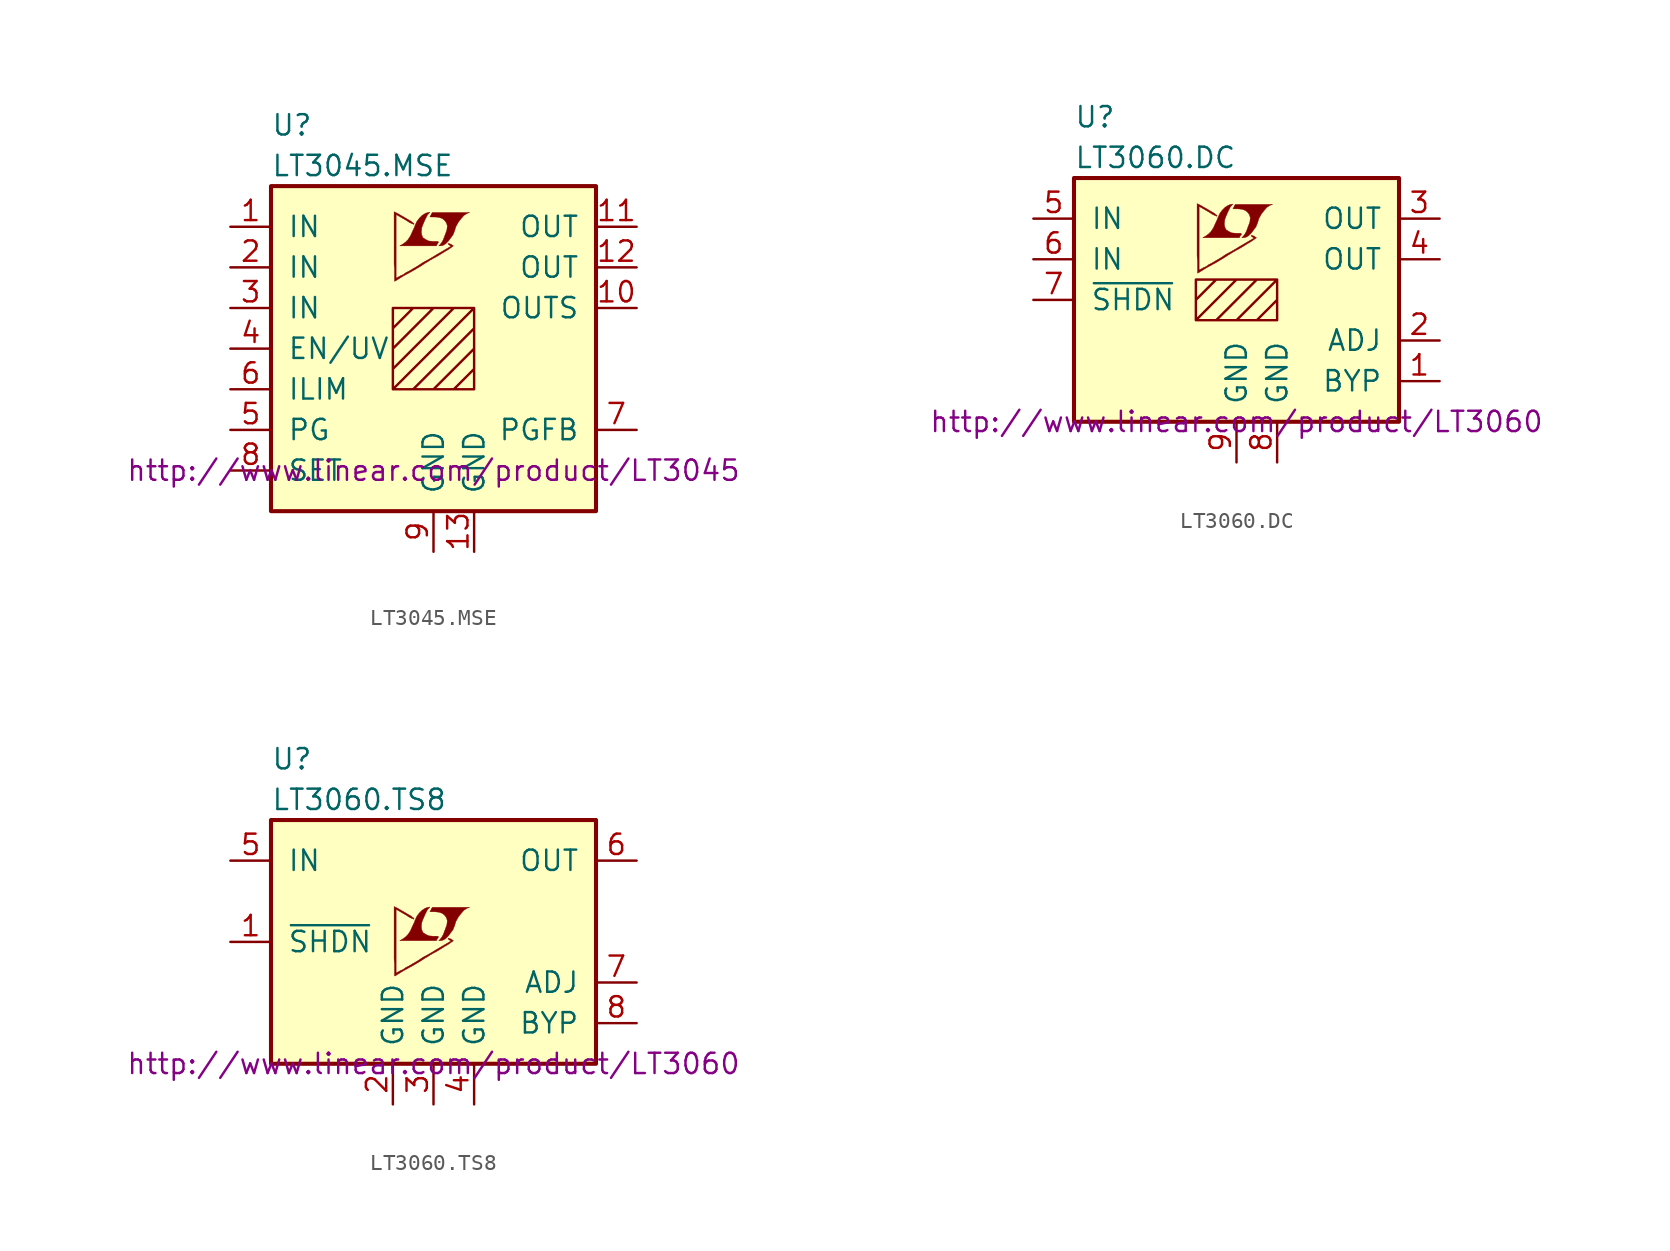
<source format=kicad_sym>
(kicad_symbol_lib
  (version 20201005)
  (generator kicad_symbol_editor)
  (symbol "LT3045.MSE"
    (pin_names
      (offset 1.016))
    (property "Reference" "U"
      (at -10.16 13.97 0)
      (effects (font (size 1.27 1.27)) (justify left)))
    (property "Value" "LT3045.MSE"
      (at -10.16 11.43 0)
      (effects (font (size 1.27 1.27)) (justify left)))
    (property "Datasheet" "http://www.linear.com/product/LT3045"
      (at 0 -7.62 0)
      (effects (font (size 1.27 1.27))))
    (symbol "LT3045.MSE_0_0"
      (polyline (pts (xy 0.584 6.452) (xy 0.762 6.553) (xy 0.914 6.706) (xy 1.219 7.112) (xy 1.321 7.366) (xy 1.397 7.62) (xy 1.549 7.899) (xy 1.727 8.128) (xy 1.905 8.331) (xy 2.108 8.458) (xy 2.261 8.509) (xy -0.076 8.509) (xy -0.152 8.382) (xy -0.152 8.357) (xy -0.203 8.28) (xy -0.229 8.255) (xy -0.178 8.23) (xy 0.102 8.23) (xy 0.356 8.204) (xy 0.559 8.128) (xy 0.711 8.001) (xy 0.813 7.849) (xy 0.864 7.671) (xy 0.838 7.442) (xy 0.838 7.417) (xy 0.61 6.807) (xy 0.508 6.629) (xy 0.406 6.502) (xy 0.33 6.426) (xy 0.432 6.426) (xy 0.584 6.452)) (stroke (width 0.025)) (fill (type outline)))
      (polyline (pts (xy 0.229 6.528) (xy 0.254 6.553) (xy 0.305 6.629) (xy 0.305 6.68) (xy 0.254 6.706) (xy -0.051 6.706) (xy -0.305 6.731) (xy -0.508 6.833) (xy -0.66 6.934) (xy -0.737 7.112) (xy -0.762 7.29) (xy -0.737 7.518) (xy -0.737 7.544) (xy -0.686 7.696) (xy -0.533 8.052) (xy -0.381 8.357) (xy -0.305 8.433) (xy -0.229 8.534) (xy -0.356 8.509) (xy -0.508 8.458) (xy -0.711 8.331) (xy -0.889 8.153) (xy -1.041 7.95) (xy -1.168 7.671) (xy -1.168 7.645) (xy -1.321 7.315) (xy -1.448 7.036) (xy -1.6 6.807) (xy -1.753 6.655) (xy -1.93 6.528) (xy -2.108 6.426) (xy 0.178 6.426) (xy 0.229 6.528)) (stroke (width 0.025)) (fill (type outline)))
      (polyline (pts (xy -2.362 4.242) (xy -2.286 4.293) (xy -2.159 4.369) (xy -2.083 4.42) (xy -1.829 4.572) (xy -1.27 4.877) (xy -0.762 5.182) (xy -0.533 5.334) (xy -0.356 5.436) (xy -0.203 5.537) (xy -0.102 5.588) (xy -0.025 5.639) (xy 0.127 5.715) (xy 0.305 5.817) (xy 0.711 6.071) (xy 0.889 6.172) (xy 1.041 6.274) (xy 1.143 6.35) (xy 1.219 6.401) (xy 1.245 6.426) (xy 1.092 6.528) (xy 0.94 6.579) (xy 0.914 6.553) (xy 0.914 6.528) (xy 0.991 6.477) (xy 1.092 6.401) (xy 0.178 5.867) (xy -0.025 5.74) (xy -0.33 5.563) (xy -0.66 5.385) (xy -0.965 5.182) (xy -1.27 5.004) (xy -1.524 4.851) (xy -1.727 4.75) (xy -1.905 4.623) (xy -2.083 4.547) (xy -2.21 4.47) (xy -2.311 4.42) (xy -2.337 4.394) (xy -2.337 8.382) (xy -1.803 8.077) (xy -1.676 8.001) (xy -1.524 7.899) (xy -1.372 7.823) (xy -1.295 7.798) (xy -1.245 7.772) (xy -1.219 7.772) (xy -1.219 7.823) (xy -1.295 7.874) (xy -1.422 7.976) (xy -1.6 8.077) (xy -1.727 8.153) (xy -2.083 8.357) (xy -2.21 8.433) (xy -2.464 8.56) (xy -2.464 5.283) (xy -2.438 4.978) (xy -2.438 4.216) (xy -2.413 4.216) (xy -2.362 4.242)) (stroke (width 0.025)) (fill (type outline))))
    (symbol "LT3045.MSE_0_1"
      (rectangle (start -10.16 10.16) (end 10.16 -10.16) (stroke (width 0.254)) (fill (type background)))
      (polyline (pts (xy -2.54 1.27) (xy -1.27 2.54) (xy 0 2.54) (xy -2.54 0) (xy -2.54 -1.27) (xy 1.27 2.54) (xy 2.54 2.54) (xy -2.54 -2.54) (xy -1.27 -2.54) (xy 2.54 1.27) (xy 2.54 0) (xy 0 -2.54) (xy 1.27 -2.54) (xy 2.54 -1.27) (xy 2.54 -2.54) (xy -2.54 -2.54) (xy -2.54 2.54) (xy 2.54 2.54) (xy 2.54 -2.54)) (stroke (width 0)) (fill (type none))))
    (symbol "LT3045.MSE_1_1"
      (pin power_in line (at -12.7 7.62 0) (length 2.54) (name "IN" (effects (font (size 1.27 1.27)))) (number "1" (effects (font (size 1.27 1.27)))))
      (pin power_out line (at 12.7 2.54 180) (length 2.54) (name "OUTS" (effects (font (size 1.27 1.27)))) (number "10" (effects (font (size 1.27 1.27)))))
      (pin power_out line (at 12.7 7.62 180) (length 2.54) (name "OUT" (effects (font (size 1.27 1.27)))) (number "11" (effects (font (size 1.27 1.27)))))
      (pin power_out line (at 12.7 5.08 180) (length 2.54) (name "OUT" (effects (font (size 1.27 1.27)))) (number "12" (effects (font (size 1.27 1.27)))))
      (pin power_in line (at 2.54 -12.7 90) (length 2.54) (name "GND" (effects (font (size 1.27 1.27)))) (number "13" (effects (font (size 1.27 1.27)))))
      (pin power_in line (at -12.7 5.08 0) (length 2.54) (name "IN" (effects (font (size 1.27 1.27)))) (number "2" (effects (font (size 1.27 1.27)))))
      (pin power_in line (at -12.7 2.54 0) (length 2.54) (name "IN" (effects (font (size 1.27 1.27)))) (number "3" (effects (font (size 1.27 1.27)))))
      (pin input line (at -12.7 0 0) (length 2.54) (name "EN/UV" (effects (font (size 1.27 1.27)))) (number "4" (effects (font (size 1.27 1.27)))))
      (pin open_collector line (at -12.7 -5.08 0) (length 2.54) (name "PG" (effects (font (size 1.27 1.27)))) (number "5" (effects (font (size 1.27 1.27)))))
      (pin passive line (at -12.7 -2.54 0) (length 2.54) (name "ILIM" (effects (font (size 1.27 1.27)))) (number "6" (effects (font (size 1.27 1.27)))))
      (pin passive line (at 12.7 -5.08 180) (length 2.54) (name "PGFB" (effects (font (size 1.27 1.27)))) (number "7" (effects (font (size 1.27 1.27)))))
      (pin passive line (at -12.7 -7.62 0) (length 2.54) (name "SET" (effects (font (size 1.27 1.27)))) (number "8" (effects (font (size 1.27 1.27)))))
      (pin power_in line (at 0 -12.7 90) (length 2.54) (name "GND" (effects (font (size 1.27 1.27)))) (number "9" (effects (font (size 1.27 1.27)))))))
  (symbol "LT3060.DC"
    (pin_names
      (offset 1.016))
    (property "Reference" "U"
      (at -10.16 11.43 0)
      (effects (font (size 1.27 1.27)) (justify left)))
    (property "Value" "LT3060.DC"
      (at -10.16 8.89 0)
      (effects (font (size 1.27 1.27)) (justify left)))
    (property "Datasheet" "http://www.linear.com/product/LT3060"
      (at 0 -7.62 0)
      (effects (font (size 1.27 1.27))))
    (symbol "LT3060.DC_0_0"
      (polyline (pts (xy 0.584 3.912) (xy 0.762 4.013) (xy 0.914 4.166) (xy 1.219 4.572) (xy 1.321 4.826) (xy 1.397 5.08) (xy 1.549 5.359) (xy 1.727 5.588) (xy 1.905 5.791) (xy 2.108 5.918) (xy 2.261 5.969) (xy -0.076 5.969) (xy -0.152 5.842) (xy -0.152 5.817) (xy -0.203 5.74) (xy -0.229 5.715) (xy -0.178 5.69) (xy 0.102 5.69) (xy 0.356 5.664) (xy 0.559 5.588) (xy 0.711 5.461) (xy 0.813 5.309) (xy 0.864 5.131) (xy 0.838 4.902) (xy 0.838 4.877) (xy 0.61 4.267) (xy 0.508 4.089) (xy 0.406 3.962) (xy 0.33 3.886) (xy 0.432 3.886) (xy 0.584 3.912)) (stroke (width 0.025)) (fill (type outline)))
      (polyline (pts (xy 0.229 3.988) (xy 0.254 4.013) (xy 0.305 4.089) (xy 0.305 4.14) (xy 0.254 4.166) (xy -0.051 4.166) (xy -0.305 4.191) (xy -0.508 4.293) (xy -0.66 4.394) (xy -0.737 4.572) (xy -0.762 4.75) (xy -0.737 4.978) (xy -0.737 5.004) (xy -0.686 5.156) (xy -0.533 5.512) (xy -0.381 5.817) (xy -0.305 5.893) (xy -0.229 5.994) (xy -0.356 5.969) (xy -0.508 5.918) (xy -0.711 5.791) (xy -0.889 5.613) (xy -1.041 5.41) (xy -1.168 5.131) (xy -1.168 5.105) (xy -1.321 4.775) (xy -1.448 4.496) (xy -1.6 4.267) (xy -1.753 4.115) (xy -1.93 3.988) (xy -2.108 3.886) (xy 0.178 3.886) (xy 0.229 3.988)) (stroke (width 0.025)) (fill (type outline)))
      (polyline (pts (xy -2.362 1.702) (xy -2.286 1.753) (xy -2.159 1.829) (xy -2.083 1.88) (xy -1.829 2.032) (xy -1.27 2.337) (xy -0.762 2.642) (xy -0.533 2.794) (xy -0.356 2.896) (xy -0.203 2.997) (xy -0.102 3.048) (xy -0.025 3.099) (xy 0.127 3.175) (xy 0.305 3.277) (xy 0.711 3.531) (xy 0.889 3.632) (xy 1.041 3.734) (xy 1.143 3.81) (xy 1.219 3.861) (xy 1.245 3.886) (xy 1.092 3.988) (xy 0.94 4.039) (xy 0.914 4.013) (xy 0.914 3.988) (xy 0.991 3.937) (xy 1.092 3.861) (xy 0.178 3.327) (xy -0.025 3.2) (xy -0.33 3.023) (xy -0.66 2.845) (xy -0.965 2.642) (xy -1.27 2.464) (xy -1.524 2.311) (xy -1.727 2.21) (xy -1.905 2.083) (xy -2.083 2.007) (xy -2.21 1.93) (xy -2.311 1.88) (xy -2.337 1.854) (xy -2.337 5.842) (xy -1.803 5.537) (xy -1.676 5.461) (xy -1.524 5.359) (xy -1.372 5.283) (xy -1.295 5.258) (xy -1.245 5.232) (xy -1.219 5.232) (xy -1.219 5.283) (xy -1.295 5.334) (xy -1.422 5.436) (xy -1.6 5.537) (xy -1.727 5.613) (xy -2.083 5.817) (xy -2.21 5.893) (xy -2.464 6.02) (xy -2.464 2.743) (xy -2.438 2.438) (xy -2.438 1.676) (xy -2.413 1.676) (xy -2.362 1.702)) (stroke (width 0.025)) (fill (type outline))))
    (symbol "LT3060.DC_0_1"
      (rectangle (start -10.16 7.62) (end 10.16 -7.62) (stroke (width 0.254)) (fill (type background)))
      (polyline (pts (xy -2.54 1.27) (xy -2.54 0) (xy -1.27 1.27) (xy 0 1.27) (xy -2.54 -1.27) (xy -1.27 -1.27) (xy 1.27 1.27) (xy 2.54 1.27) (xy 0 -1.27) (xy 1.27 -1.27) (xy 2.54 0) (xy 2.54 -1.27) (xy -2.54 -1.27) (xy -2.54 1.27) (xy 2.54 1.27) (xy 2.54 -1.27)) (stroke (width 0)) (fill (type none))))
    (symbol "LT3060.DC_1_1"
      (pin passive line (at 12.7 -5.08 180) (length 2.54) (name "BYP" (effects (font (size 1.27 1.27)))) (number "1" (effects (font (size 1.27 1.27)))))
      (pin passive line (at 12.7 -2.54 180) (length 2.54) (name "ADJ" (effects (font (size 1.27 1.27)))) (number "2" (effects (font (size 1.27 1.27)))))
      (pin power_out line (at 12.7 5.08 180) (length 2.54) (name "OUT" (effects (font (size 1.27 1.27)))) (number "3" (effects (font (size 1.27 1.27)))))
      (pin power_out line (at 12.7 2.54 180) (length 2.54) (name "OUT" (effects (font (size 1.27 1.27)))) (number "4" (effects (font (size 1.27 1.27)))))
      (pin power_in line (at -12.7 5.08 0) (length 2.54) (name "IN" (effects (font (size 1.27 1.27)))) (number "5" (effects (font (size 1.27 1.27)))))
      (pin power_in line (at -12.7 2.54 0) (length 2.54) (name "IN" (effects (font (size 1.27 1.27)))) (number "6" (effects (font (size 1.27 1.27)))))
      (pin input line (at -12.7 0 0) (length 2.54) (name "~SHDN~" (effects (font (size 1.27 1.27)))) (number "7" (effects (font (size 1.27 1.27)))))
      (pin power_in line (at 2.54 -10.16 90) (length 2.54) (name "GND" (effects (font (size 1.27 1.27)))) (number "8" (effects (font (size 1.27 1.27)))))
      (pin power_in line (at 0 -10.16 90) (length 2.54) (name "GND" (effects (font (size 1.27 1.27)))) (number "9" (effects (font (size 1.27 1.27)))))))
  (symbol "LT3060.TS8"
    (pin_names
      (offset 1.016))
    (property "Reference" "U"
      (at -10.16 11.43 0)
      (effects (font (size 1.27 1.27)) (justify left)))
    (property "Value" "LT3060.TS8"
      (at -10.16 8.89 0)
      (effects (font (size 1.27 1.27)) (justify left)))
    (property "Datasheet" "http://www.linear.com/product/LT3060"
      (at 0 -7.62 0)
      (effects (font (size 1.27 1.27))))
    (symbol "LT3060.TS8_0_0"
      (polyline (pts (xy 0.584 0.102) (xy 0.762 0.203) (xy 0.914 0.356) (xy 1.219 0.762) (xy 1.321 1.016) (xy 1.397 1.27) (xy 1.549 1.549) (xy 1.727 1.778) (xy 1.905 1.981) (xy 2.108 2.108) (xy 2.261 2.159) (xy -0.076 2.159) (xy -0.152 2.032) (xy -0.152 2.007) (xy -0.203 1.93) (xy -0.229 1.905) (xy -0.178 1.88) (xy 0.102 1.88) (xy 0.356 1.854) (xy 0.559 1.778) (xy 0.711 1.651) (xy 0.813 1.499) (xy 0.864 1.321) (xy 0.838 1.092) (xy 0.838 1.067) (xy 0.61 0.457) (xy 0.508 0.279) (xy 0.406 0.152) (xy 0.33 0.076) (xy 0.432 0.076) (xy 0.584 0.102)) (stroke (width 0.025)) (fill (type outline)))
      (polyline (pts (xy 0.229 0.178) (xy 0.254 0.203) (xy 0.305 0.279) (xy 0.305 0.33) (xy 0.254 0.356) (xy -0.051 0.356) (xy -0.305 0.381) (xy -0.508 0.483) (xy -0.66 0.584) (xy -0.737 0.762) (xy -0.762 0.94) (xy -0.737 1.168) (xy -0.737 1.194) (xy -0.686 1.346) (xy -0.533 1.702) (xy -0.381 2.007) (xy -0.305 2.083) (xy -0.229 2.184) (xy -0.356 2.159) (xy -0.508 2.108) (xy -0.711 1.981) (xy -0.889 1.803) (xy -1.041 1.6) (xy -1.168 1.321) (xy -1.168 1.295) (xy -1.321 0.965) (xy -1.448 0.686) (xy -1.6 0.457) (xy -1.753 0.305) (xy -1.93 0.178) (xy -2.108 0.076) (xy 0.178 0.076) (xy 0.229 0.178)) (stroke (width 0.025)) (fill (type outline)))
      (polyline (pts (xy -2.362 -2.108) (xy -2.286 -2.057) (xy -2.159 -1.981) (xy -2.083 -1.93) (xy -1.829 -1.778) (xy -1.27 -1.473) (xy -0.762 -1.168) (xy -0.533 -1.016) (xy -0.356 -0.914) (xy -0.203 -0.813) (xy -0.102 -0.762) (xy -0.025 -0.711) (xy 0.127 -0.635) (xy 0.305 -0.533) (xy 0.711 -0.279) (xy 0.889 -0.178) (xy 1.041 -0.076) (xy 1.143 0) (xy 1.219 0.051) (xy 1.245 0.076) (xy 1.092 0.178) (xy 0.94 0.229) (xy 0.914 0.203) (xy 0.914 0.178) (xy 0.991 0.127) (xy 1.092 0.051) (xy 0.178 -0.483) (xy -0.025 -0.61) (xy -0.33 -0.787) (xy -0.66 -0.965) (xy -0.965 -1.168) (xy -1.27 -1.346) (xy -1.524 -1.499) (xy -1.727 -1.6) (xy -1.905 -1.727) (xy -2.083 -1.803) (xy -2.21 -1.88) (xy -2.311 -1.93) (xy -2.337 -1.956) (xy -2.337 2.032) (xy -1.803 1.727) (xy -1.676 1.651) (xy -1.524 1.549) (xy -1.372 1.473) (xy -1.295 1.448) (xy -1.245 1.422) (xy -1.219 1.422) (xy -1.219 1.473) (xy -1.295 1.524) (xy -1.422 1.626) (xy -1.6 1.727) (xy -1.727 1.803) (xy -2.083 2.007) (xy -2.21 2.083) (xy -2.464 2.21) (xy -2.464 -1.067) (xy -2.438 -1.372) (xy -2.438 -2.134) (xy -2.413 -2.134) (xy -2.362 -2.108)) (stroke (width 0.025)) (fill (type outline))))
    (symbol "LT3060.TS8_0_1"
      (rectangle (start -10.16 7.62) (end 10.16 -7.62) (stroke (width 0.254)) (fill (type background))))
    (symbol "LT3060.TS8_1_1"
      (pin input line (at -12.7 0 0) (length 2.54) (name "~SHDN~" (effects (font (size 1.27 1.27)))) (number "1" (effects (font (size 1.27 1.27)))))
      (pin power_in line (at -2.54 -10.16 90) (length 2.54) (name "GND" (effects (font (size 1.27 1.27)))) (number "2" (effects (font (size 1.27 1.27)))))
      (pin power_in line (at 0 -10.16 90) (length 2.54) (name "GND" (effects (font (size 1.27 1.27)))) (number "3" (effects (font (size 1.27 1.27)))))
      (pin power_in line (at 2.54 -10.16 90) (length 2.54) (name "GND" (effects (font (size 1.27 1.27)))) (number "4" (effects (font (size 1.27 1.27)))))
      (pin power_in line (at -12.7 5.08 0) (length 2.54) (name "IN" (effects (font (size 1.27 1.27)))) (number "5" (effects (font (size 1.27 1.27)))))
      (pin power_out line (at 12.7 5.08 180) (length 2.54) (name "OUT" (effects (font (size 1.27 1.27)))) (number "6" (effects (font (size 1.27 1.27)))))
      (pin passive line (at 12.7 -2.54 180) (length 2.54) (name "ADJ" (effects (font (size 1.27 1.27)))) (number "7" (effects (font (size 1.27 1.27)))))
      (pin passive line (at 12.7 -5.08 180) (length 2.54) (name "BYP" (effects (font (size 1.27 1.27)))) (number "8" (effects (font (size 1.27 1.27))))))))
</source>
